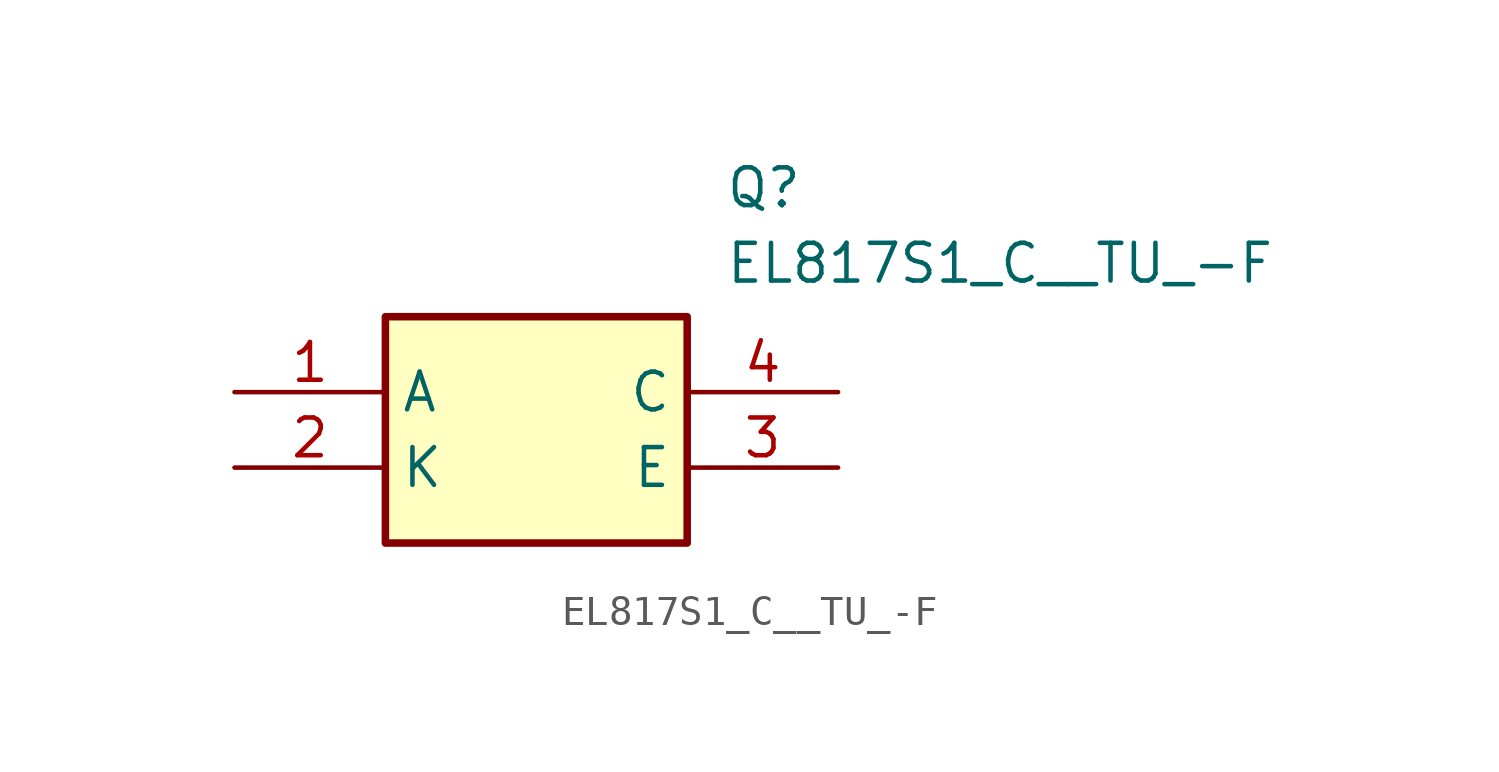
<source format=kicad_sym>
(kicad_symbol_lib
  (version 20211014)
  (generator SamacSys_ECAD_Model)
  (symbol "EL817S1_C__TU_-F"
    (property "Reference" "Q"
      (at 16.51 7.62 0)
      (effects (font (size 1.27 1.27)) (justify left top)))
    (property "Value" "EL817S1_C__TU_-F"
      (at 16.51 5.08 0)
      (effects (font (size 1.27 1.27)) (justify left top)))
    (rectangle
      (start 5.08 2.54)
      (end 15.24 -5.08)
      (stroke (width 0.254) (type default))
      (fill (type background)))
    (pin passive line
      (at 0 0 0)
      (length 5.08)
      (name "A" (effects (font (size 1.27 1.27))))
      (number "1" (effects (font (size 1.27 1.27)))))
    (pin passive line
      (at 0 -2.54 0)
      (length 5.08)
      (name "K" (effects (font (size 1.27 1.27))))
      (number "2" (effects (font (size 1.27 1.27)))))
    (pin passive line
      (at 20.32 0 180)
      (length 5.08)
      (name "C" (effects (font (size 1.27 1.27))))
      (number "4" (effects (font (size 1.27 1.27)))))
    (pin passive line
      (at 20.32 -2.54 180)
      (length 5.08)
      (name "E" (effects (font (size 1.27 1.27))))
      (number "3" (effects (font (size 1.27 1.27)))))))
</source>
